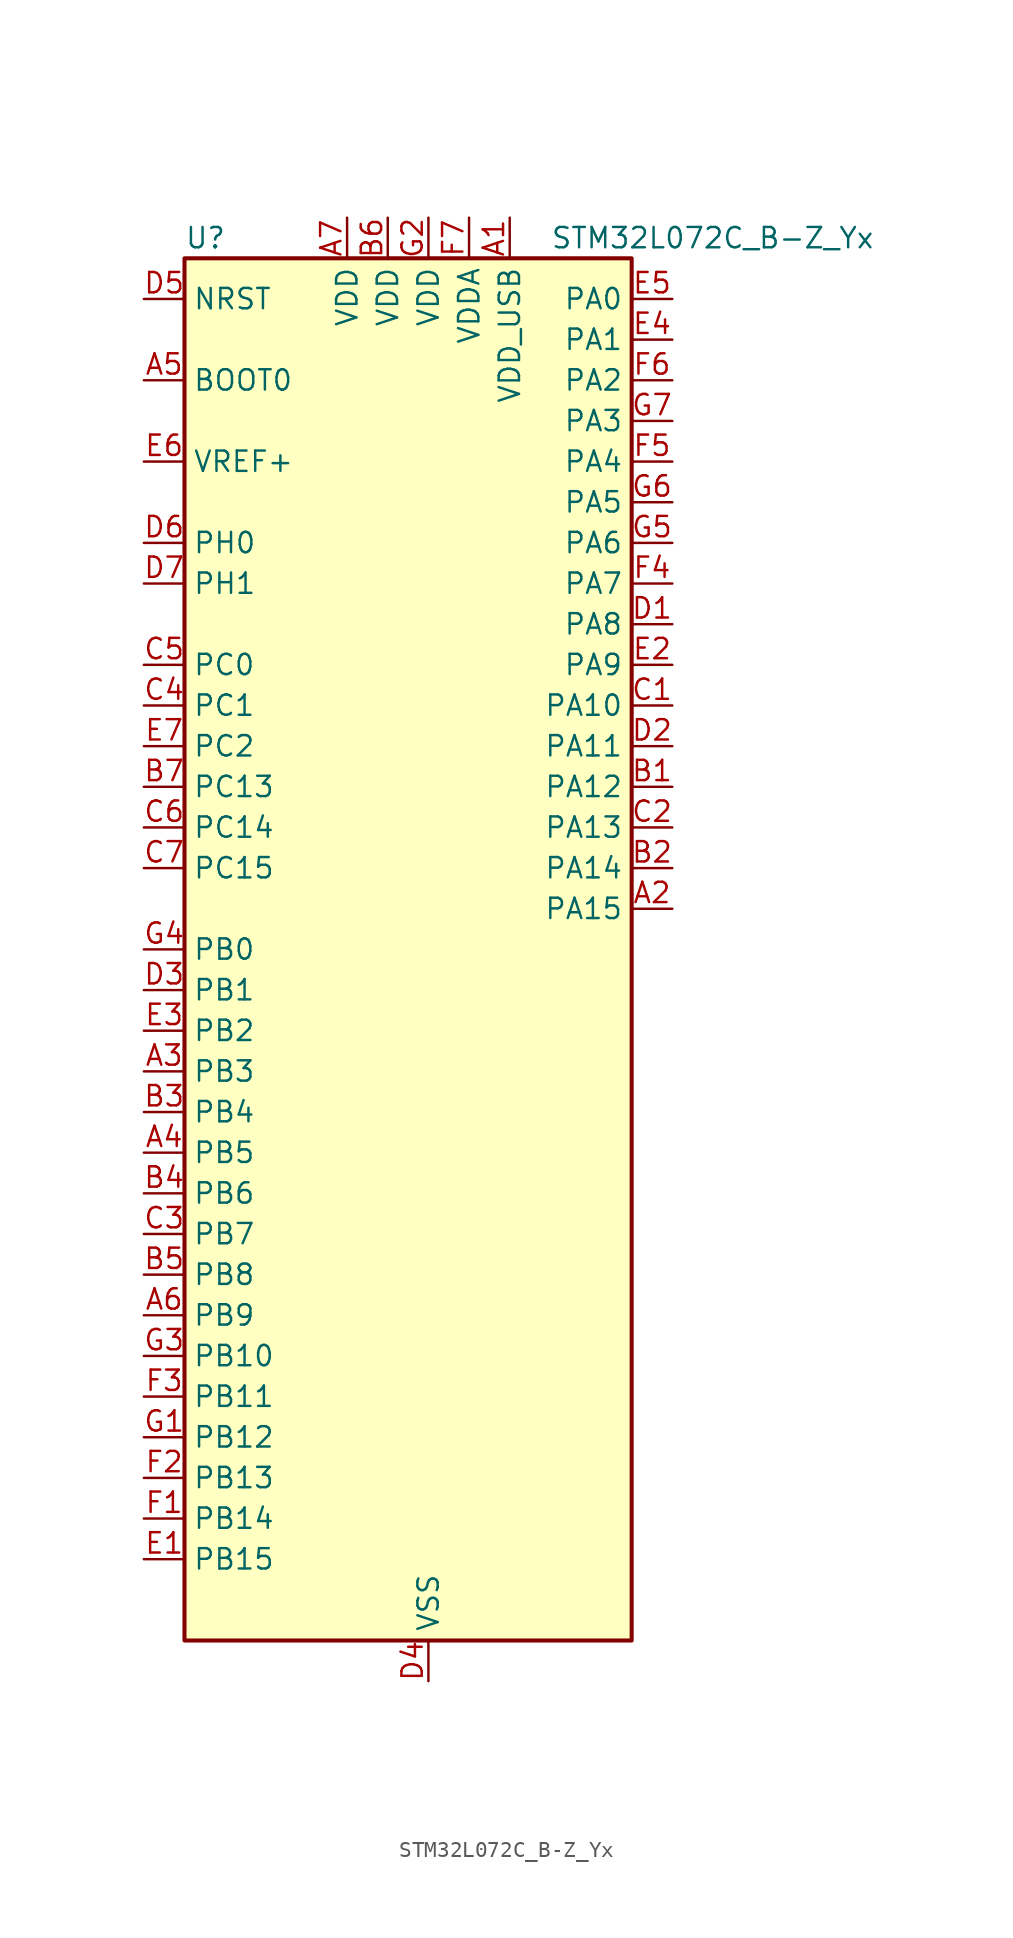
<source format=kicad_sym>
(kicad_symbol_lib
  (version 20220914)
  (generator kicad_symbol_editor)
  (symbol "STM32L072C_B-Z_Yx"
    (property "Reference" "U"
      (at -12.7 44.45 0)
      (effects (font (size 1.27 1.27)) (justify left)))
    (property "Value" "STM32L072C_B-Z_Yx"
      (at 10.16 44.45 0)
      (effects (font (size 1.27 1.27)) (justify left)))
    (property "ki_locked" ""
      (at 0 0 0)
      (effects (font (size 1.27 1.27))))
    (symbol "STM32L072C_B-Z_Yx_0_1"
      (rectangle (start -12.7 -43.18) (end 15.24 43.18) (stroke (width 0.254) (type default)) (fill (type background))))
    (symbol "STM32L072C_B-Z_Yx_1_1"
      (pin power_in line (at 7.62 45.72 270) (length 2.54) (name "VDD_USB" (effects (font (size 1.27 1.27)))) (number "A1" (effects (font (size 1.27 1.27)))))
      (pin bidirectional line (at 17.78 2.54 180) (length 2.54) (name "PA15" (effects (font (size 1.27 1.27)))) (number "A2" (effects (font (size 1.27 1.27)))) (alternate "SPI1_NSS" bidirectional line) (alternate "TIM2_CH1" bidirectional line) (alternate "TIM2_ETR" bidirectional line) (alternate "USART2_RX" bidirectional line) (alternate "USART4_DE" bidirectional line) (alternate "USART4_RTS" bidirectional line))
      (pin bidirectional line (at -15.24 -7.62 0) (length 2.54) (name "PB3" (effects (font (size 1.27 1.27)))) (number "A3" (effects (font (size 1.27 1.27)))) (alternate "COMP2_INM" bidirectional line) (alternate "SPI1_SCK" bidirectional line) (alternate "TIM2_CH2" bidirectional line) (alternate "TSC_G5_IO1" bidirectional line) (alternate "USART1_DE" bidirectional line) (alternate "USART1_RTS" bidirectional line) (alternate "USART5_TX" bidirectional line))
      (pin bidirectional line (at -15.24 -12.7 0) (length 2.54) (name "PB5" (effects (font (size 1.27 1.27)))) (number "A4" (effects (font (size 1.27 1.27)))) (alternate "COMP2_INP" bidirectional line) (alternate "I2C1_SMBA" bidirectional line) (alternate "LPTIM1_IN1" bidirectional line) (alternate "SPI1_MOSI" bidirectional line) (alternate "TIM22_CH2" bidirectional line) (alternate "TIM3_CH2" bidirectional line) (alternate "USART1_CK" bidirectional line) (alternate "USART5_CK" bidirectional line) (alternate "USART5_DE" bidirectional line) (alternate "USART5_RTS" bidirectional line))
      (pin input line (at -15.24 35.56 0) (length 2.54) (name "BOOT0" (effects (font (size 1.27 1.27)))) (number "A5" (effects (font (size 1.27 1.27)))))
      (pin bidirectional line (at -15.24 -22.86 0) (length 2.54) (name "PB9" (effects (font (size 1.27 1.27)))) (number "A6" (effects (font (size 1.27 1.27)))) (alternate "DAC_EXTI9" bidirectional line) (alternate "I2C1_SDA" bidirectional line) (alternate "I2S2_WS" bidirectional line) (alternate "SPI2_NSS" bidirectional line))
      (pin power_in line (at -2.54 45.72 270) (length 2.54) (name "VDD" (effects (font (size 1.27 1.27)))) (number "A7" (effects (font (size 1.27 1.27)))))
      (pin bidirectional line (at 17.78 10.16 180) (length 2.54) (name "PA12" (effects (font (size 1.27 1.27)))) (number "B1" (effects (font (size 1.27 1.27)))) (alternate "COMP2_OUT" bidirectional line) (alternate "SPI1_MOSI" bidirectional line) (alternate "TSC_G4_IO4" bidirectional line) (alternate "USART1_DE" bidirectional line) (alternate "USART1_RTS" bidirectional line) (alternate "USB_DP" bidirectional line))
      (pin bidirectional line (at 17.78 5.08 180) (length 2.54) (name "PA14" (effects (font (size 1.27 1.27)))) (number "B2" (effects (font (size 1.27 1.27)))) (alternate "LPUART1_TX" bidirectional line) (alternate "SYS_SWCLK" bidirectional line) (alternate "USART2_TX" bidirectional line))
      (pin bidirectional line (at -15.24 -10.16 0) (length 2.54) (name "PB4" (effects (font (size 1.27 1.27)))) (number "B3" (effects (font (size 1.27 1.27)))) (alternate "COMP2_INP" bidirectional line) (alternate "I2C3_SDA" bidirectional line) (alternate "SPI1_MISO" bidirectional line) (alternate "TIM22_CH1" bidirectional line) (alternate "TIM3_CH1" bidirectional line) (alternate "TSC_G5_IO2" bidirectional line) (alternate "USART1_CTS" bidirectional line) (alternate "USART5_RX" bidirectional line))
      (pin bidirectional line (at -15.24 -15.24 0) (length 2.54) (name "PB6" (effects (font (size 1.27 1.27)))) (number "B4" (effects (font (size 1.27 1.27)))) (alternate "COMP2_INP" bidirectional line) (alternate "I2C1_SCL" bidirectional line) (alternate "LPTIM1_ETR" bidirectional line) (alternate "TSC_G5_IO3" bidirectional line) (alternate "USART1_TX" bidirectional line))
      (pin bidirectional line (at -15.24 -20.32 0) (length 2.54) (name "PB8" (effects (font (size 1.27 1.27)))) (number "B5" (effects (font (size 1.27 1.27)))) (alternate "I2C1_SCL" bidirectional line) (alternate "TSC_SYNC" bidirectional line))
      (pin power_in line (at 0 45.72 270) (length 2.54) (name "VDD" (effects (font (size 1.27 1.27)))) (number "B6" (effects (font (size 1.27 1.27)))))
      (pin bidirectional line (at -15.24 10.16 0) (length 2.54) (name "PC13" (effects (font (size 1.27 1.27)))) (number "B7" (effects (font (size 1.27 1.27)))) (alternate "RTC_OUT_ALARM" bidirectional line) (alternate "RTC_OUT_CALIB" bidirectional line) (alternate "RTC_TAMP1" bidirectional line) (alternate "RTC_TS" bidirectional line) (alternate "SYS_WKUP2" bidirectional line))
      (pin bidirectional line (at 17.78 15.24 180) (length 2.54) (name "PA10" (effects (font (size 1.27 1.27)))) (number "C1" (effects (font (size 1.27 1.27)))) (alternate "I2C1_SDA" bidirectional line) (alternate "TSC_G4_IO2" bidirectional line) (alternate "USART1_RX" bidirectional line))
      (pin bidirectional line (at 17.78 7.62 180) (length 2.54) (name "PA13" (effects (font (size 1.27 1.27)))) (number "C2" (effects (font (size 1.27 1.27)))) (alternate "LPUART1_RX" bidirectional line) (alternate "SYS_SWDIO" bidirectional line) (alternate "USB_NOE" bidirectional line))
      (pin bidirectional line (at -15.24 -17.78 0) (length 2.54) (name "PB7" (effects (font (size 1.27 1.27)))) (number "C3" (effects (font (size 1.27 1.27)))) (alternate "COMP2_INP" bidirectional line) (alternate "I2C1_SDA" bidirectional line) (alternate "LPTIM1_IN2" bidirectional line) (alternate "SYS_PVD_IN" bidirectional line) (alternate "TSC_G5_IO4" bidirectional line) (alternate "USART1_RX" bidirectional line) (alternate "USART4_CTS" bidirectional line))
      (pin bidirectional line (at -15.24 15.24 0) (length 2.54) (name "PC1" (effects (font (size 1.27 1.27)))) (number "C4" (effects (font (size 1.27 1.27)))) (alternate "ADC_IN11" bidirectional line) (alternate "I2C3_SDA" bidirectional line) (alternate "LPTIM1_OUT" bidirectional line) (alternate "LPUART1_TX" bidirectional line) (alternate "TSC_G7_IO2" bidirectional line))
      (pin bidirectional line (at -15.24 17.78 0) (length 2.54) (name "PC0" (effects (font (size 1.27 1.27)))) (number "C5" (effects (font (size 1.27 1.27)))) (alternate "ADC_IN10" bidirectional line) (alternate "I2C3_SCL" bidirectional line) (alternate "LPTIM1_IN1" bidirectional line) (alternate "LPUART1_RX" bidirectional line) (alternate "TSC_G7_IO1" bidirectional line))
      (pin bidirectional line (at -15.24 7.62 0) (length 2.54) (name "PC14" (effects (font (size 1.27 1.27)))) (number "C6" (effects (font (size 1.27 1.27)))) (alternate "RCC_OSC32_IN" bidirectional line))
      (pin bidirectional line (at -15.24 5.08 0) (length 2.54) (name "PC15" (effects (font (size 1.27 1.27)))) (number "C7" (effects (font (size 1.27 1.27)))) (alternate "RCC_OSC32_OUT" bidirectional line))
      (pin bidirectional line (at 17.78 20.32 180) (length 2.54) (name "PA8" (effects (font (size 1.27 1.27)))) (number "D1" (effects (font (size 1.27 1.27)))) (alternate "CRS_SYNC" bidirectional line) (alternate "I2C3_SCL" bidirectional line) (alternate "RCC_MCO" bidirectional line) (alternate "USART1_CK" bidirectional line))
      (pin bidirectional line (at 17.78 12.7 180) (length 2.54) (name "PA11" (effects (font (size 1.27 1.27)))) (number "D2" (effects (font (size 1.27 1.27)))) (alternate "ADC_EXTI11" bidirectional line) (alternate "COMP1_OUT" bidirectional line) (alternate "SPI1_MISO" bidirectional line) (alternate "TSC_G4_IO3" bidirectional line) (alternate "USART1_CTS" bidirectional line) (alternate "USB_DM" bidirectional line))
      (pin bidirectional line (at -15.24 -2.54 0) (length 2.54) (name "PB1" (effects (font (size 1.27 1.27)))) (number "D3" (effects (font (size 1.27 1.27)))) (alternate "ADC_IN9" bidirectional line) (alternate "LPUART1_DE" bidirectional line) (alternate "LPUART1_RTS" bidirectional line) (alternate "SYS_VREF_OUT_PB1" bidirectional line) (alternate "TIM3_CH4" bidirectional line) (alternate "TSC_G3_IO3" bidirectional line))
      (pin power_in line (at 2.54 -45.72 90) (length 2.54) (name "VSS" (effects (font (size 1.27 1.27)))) (number "D4" (effects (font (size 1.27 1.27)))))
      (pin input line (at -15.24 40.64 0) (length 2.54) (name "NRST" (effects (font (size 1.27 1.27)))) (number "D5" (effects (font (size 1.27 1.27)))))
      (pin bidirectional line (at -15.24 25.4 0) (length 2.54) (name "PH0" (effects (font (size 1.27 1.27)))) (number "D6" (effects (font (size 1.27 1.27)))) (alternate "CRS_SYNC" bidirectional line) (alternate "RCC_OSC_IN" bidirectional line))
      (pin bidirectional line (at -15.24 22.86 0) (length 2.54) (name "PH1" (effects (font (size 1.27 1.27)))) (number "D7" (effects (font (size 1.27 1.27)))) (alternate "RCC_OSC_OUT" bidirectional line))
      (pin bidirectional line (at -15.24 -38.1 0) (length 2.54) (name "PB15" (effects (font (size 1.27 1.27)))) (number "E1" (effects (font (size 1.27 1.27)))) (alternate "I2S2_SD" bidirectional line) (alternate "RTC_REFIN" bidirectional line) (alternate "SPI2_MOSI" bidirectional line))
      (pin bidirectional line (at 17.78 17.78 180) (length 2.54) (name "PA9" (effects (font (size 1.27 1.27)))) (number "E2" (effects (font (size 1.27 1.27)))) (alternate "DAC_EXTI9" bidirectional line) (alternate "I2C1_SCL" bidirectional line) (alternate "I2C3_SMBA" bidirectional line) (alternate "RCC_MCO" bidirectional line) (alternate "TSC_G4_IO1" bidirectional line) (alternate "USART1_TX" bidirectional line))
      (pin bidirectional line (at -15.24 -5.08 0) (length 2.54) (name "PB2" (effects (font (size 1.27 1.27)))) (number "E3" (effects (font (size 1.27 1.27)))) (alternate "I2C3_SMBA" bidirectional line) (alternate "LPTIM1_OUT" bidirectional line) (alternate "TSC_G3_IO4" bidirectional line))
      (pin bidirectional line (at 17.78 38.1 180) (length 2.54) (name "PA1" (effects (font (size 1.27 1.27)))) (number "E4" (effects (font (size 1.27 1.27)))) (alternate "ADC_IN1" bidirectional line) (alternate "COMP1_INP" bidirectional line) (alternate "TIM21_ETR" bidirectional line) (alternate "TIM2_CH2" bidirectional line) (alternate "TSC_G1_IO2" bidirectional line) (alternate "USART2_DE" bidirectional line) (alternate "USART2_RTS" bidirectional line) (alternate "USART4_RX" bidirectional line))
      (pin bidirectional line (at 17.78 40.64 180) (length 2.54) (name "PA0" (effects (font (size 1.27 1.27)))) (number "E5" (effects (font (size 1.27 1.27)))) (alternate "ADC_IN0" bidirectional line) (alternate "COMP1_INM" bidirectional line) (alternate "COMP1_OUT" bidirectional line) (alternate "RTC_TAMP2" bidirectional line) (alternate "SYS_WKUP1" bidirectional line) (alternate "TIM2_CH1" bidirectional line) (alternate "TIM2_ETR" bidirectional line) (alternate "TSC_G1_IO1" bidirectional line) (alternate "USART2_CTS" bidirectional line) (alternate "USART4_TX" bidirectional line))
      (pin input line (at -15.24 30.48 0) (length 2.54) (name "VREF+" (effects (font (size 1.27 1.27)))) (number "E6" (effects (font (size 1.27 1.27)))))
      (pin bidirectional line (at -15.24 12.7 0) (length 2.54) (name "PC2" (effects (font (size 1.27 1.27)))) (number "E7" (effects (font (size 1.27 1.27)))) (alternate "ADC_IN12" bidirectional line) (alternate "I2S2_MCK" bidirectional line) (alternate "LPTIM1_IN2" bidirectional line) (alternate "SPI2_MISO" bidirectional line) (alternate "TSC_G7_IO3" bidirectional line))
      (pin bidirectional line (at -15.24 -35.56 0) (length 2.54) (name "PB14" (effects (font (size 1.27 1.27)))) (number "F1" (effects (font (size 1.27 1.27)))) (alternate "I2C2_SDA" bidirectional line) (alternate "I2S2_MCK" bidirectional line) (alternate "LPUART1_DE" bidirectional line) (alternate "LPUART1_RTS" bidirectional line) (alternate "RTC_OUT_ALARM" bidirectional line) (alternate "RTC_OUT_CALIB" bidirectional line) (alternate "SPI2_MISO" bidirectional line) (alternate "TIM21_CH2" bidirectional line) (alternate "TSC_G6_IO4" bidirectional line))
      (pin bidirectional line (at -15.24 -33.02 0) (length 2.54) (name "PB13" (effects (font (size 1.27 1.27)))) (number "F2" (effects (font (size 1.27 1.27)))) (alternate "I2C2_SCL" bidirectional line) (alternate "I2S2_CK" bidirectional line) (alternate "LPUART1_CTS" bidirectional line) (alternate "RCC_MCO" bidirectional line) (alternate "SPI2_SCK" bidirectional line) (alternate "TIM21_CH1" bidirectional line) (alternate "TSC_G6_IO3" bidirectional line))
      (pin bidirectional line (at -15.24 -27.94 0) (length 2.54) (name "PB11" (effects (font (size 1.27 1.27)))) (number "F3" (effects (font (size 1.27 1.27)))) (alternate "ADC_EXTI11" bidirectional line) (alternate "I2C2_SDA" bidirectional line) (alternate "LPUART1_RX" bidirectional line) (alternate "LPUART1_TX" bidirectional line) (alternate "TIM2_CH4" bidirectional line) (alternate "TSC_G6_IO1" bidirectional line))
      (pin bidirectional line (at 17.78 22.86 180) (length 2.54) (name "PA7" (effects (font (size 1.27 1.27)))) (number "F4" (effects (font (size 1.27 1.27)))) (alternate "ADC_IN7" bidirectional line) (alternate "COMP2_OUT" bidirectional line) (alternate "SPI1_MOSI" bidirectional line) (alternate "TIM22_CH2" bidirectional line) (alternate "TIM3_CH2" bidirectional line) (alternate "TSC_G2_IO4" bidirectional line))
      (pin bidirectional line (at 17.78 30.48 180) (length 2.54) (name "PA4" (effects (font (size 1.27 1.27)))) (number "F5" (effects (font (size 1.27 1.27)))) (alternate "ADC_IN4" bidirectional line) (alternate "COMP1_INM" bidirectional line) (alternate "COMP2_INM" bidirectional line) (alternate "DAC_OUT1" bidirectional line) (alternate "SPI1_NSS" bidirectional line) (alternate "TIM22_ETR" bidirectional line) (alternate "TSC_G2_IO1" bidirectional line) (alternate "USART2_CK" bidirectional line))
      (pin bidirectional line (at 17.78 35.56 180) (length 2.54) (name "PA2" (effects (font (size 1.27 1.27)))) (number "F6" (effects (font (size 1.27 1.27)))) (alternate "ADC_IN2" bidirectional line) (alternate "COMP2_INM" bidirectional line) (alternate "COMP2_OUT" bidirectional line) (alternate "LPUART1_TX" bidirectional line) (alternate "TIM21_CH1" bidirectional line) (alternate "TIM2_CH3" bidirectional line) (alternate "TSC_G1_IO3" bidirectional line) (alternate "USART2_TX" bidirectional line))
      (pin power_in line (at 5.08 45.72 270) (length 2.54) (name "VDDA" (effects (font (size 1.27 1.27)))) (number "F7" (effects (font (size 1.27 1.27)))))
      (pin bidirectional line (at -15.24 -30.48 0) (length 2.54) (name "PB12" (effects (font (size 1.27 1.27)))) (number "G1" (effects (font (size 1.27 1.27)))) (alternate "I2S2_WS" bidirectional line) (alternate "LPUART1_DE" bidirectional line) (alternate "LPUART1_RTS" bidirectional line) (alternate "SPI2_NSS" bidirectional line) (alternate "TSC_G6_IO2" bidirectional line))
      (pin power_in line (at 2.54 45.72 270) (length 2.54) (name "VDD" (effects (font (size 1.27 1.27)))) (number "G2" (effects (font (size 1.27 1.27)))))
      (pin bidirectional line (at -15.24 -25.4 0) (length 2.54) (name "PB10" (effects (font (size 1.27 1.27)))) (number "G3" (effects (font (size 1.27 1.27)))) (alternate "I2C2_SCL" bidirectional line) (alternate "LPUART1_RX" bidirectional line) (alternate "LPUART1_TX" bidirectional line) (alternate "SPI2_SCK" bidirectional line) (alternate "TIM2_CH3" bidirectional line) (alternate "TSC_SYNC" bidirectional line))
      (pin bidirectional line (at -15.24 0 0) (length 2.54) (name "PB0" (effects (font (size 1.27 1.27)))) (number "G4" (effects (font (size 1.27 1.27)))) (alternate "ADC_IN8" bidirectional line) (alternate "SYS_VREF_OUT_PB0" bidirectional line) (alternate "TIM3_CH3" bidirectional line) (alternate "TSC_G3_IO2" bidirectional line))
      (pin bidirectional line (at 17.78 25.4 180) (length 2.54) (name "PA6" (effects (font (size 1.27 1.27)))) (number "G5" (effects (font (size 1.27 1.27)))) (alternate "ADC_IN6" bidirectional line) (alternate "COMP1_OUT" bidirectional line) (alternate "LPUART1_CTS" bidirectional line) (alternate "SPI1_MISO" bidirectional line) (alternate "TIM22_CH1" bidirectional line) (alternate "TIM3_CH1" bidirectional line) (alternate "TSC_G2_IO3" bidirectional line))
      (pin bidirectional line (at 17.78 27.94 180) (length 2.54) (name "PA5" (effects (font (size 1.27 1.27)))) (number "G6" (effects (font (size 1.27 1.27)))) (alternate "ADC_IN5" bidirectional line) (alternate "COMP1_INM" bidirectional line) (alternate "COMP2_INM" bidirectional line) (alternate "DAC_OUT2" bidirectional line) (alternate "SPI1_SCK" bidirectional line) (alternate "TIM2_CH1" bidirectional line) (alternate "TIM2_ETR" bidirectional line) (alternate "TSC_G2_IO2" bidirectional line))
      (pin bidirectional line (at 17.78 33.02 180) (length 2.54) (name "PA3" (effects (font (size 1.27 1.27)))) (number "G7" (effects (font (size 1.27 1.27)))) (alternate "ADC_IN3" bidirectional line) (alternate "COMP2_INP" bidirectional line) (alternate "LPUART1_RX" bidirectional line) (alternate "TIM21_CH2" bidirectional line) (alternate "TIM2_CH4" bidirectional line) (alternate "TSC_G1_IO4" bidirectional line) (alternate "USART2_RX" bidirectional line)))))
</source>
